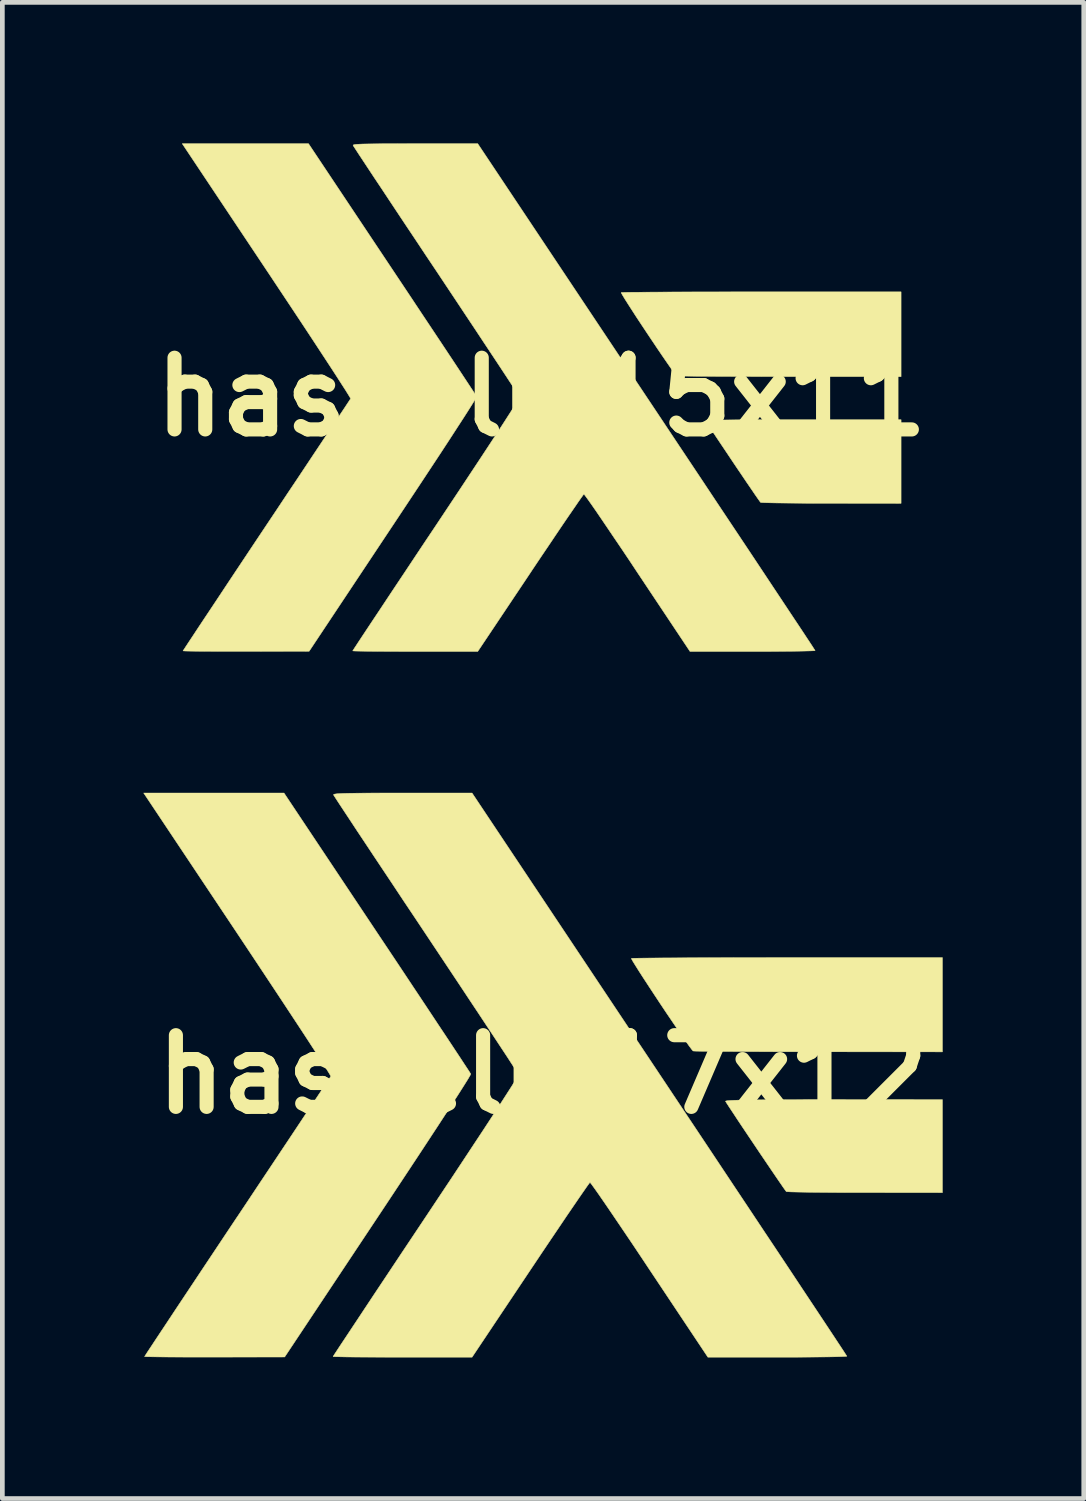
<source format=kicad_pcb>
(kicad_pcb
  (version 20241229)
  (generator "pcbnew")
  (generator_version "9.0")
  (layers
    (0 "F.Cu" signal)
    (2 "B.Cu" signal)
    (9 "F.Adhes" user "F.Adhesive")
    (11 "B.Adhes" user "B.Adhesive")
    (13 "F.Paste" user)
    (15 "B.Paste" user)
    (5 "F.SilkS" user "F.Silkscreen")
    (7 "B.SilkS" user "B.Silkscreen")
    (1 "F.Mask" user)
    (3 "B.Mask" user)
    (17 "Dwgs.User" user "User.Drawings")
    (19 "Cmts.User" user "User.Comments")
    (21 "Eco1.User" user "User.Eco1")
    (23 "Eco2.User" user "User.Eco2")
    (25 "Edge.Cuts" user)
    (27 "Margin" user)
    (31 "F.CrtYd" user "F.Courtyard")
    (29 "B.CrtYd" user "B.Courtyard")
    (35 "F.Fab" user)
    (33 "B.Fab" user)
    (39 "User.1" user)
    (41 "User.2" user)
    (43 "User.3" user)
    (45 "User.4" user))
  (footprint "haskell_17x12"
    (layer "F.Cu")
    (at 8.491 19.793)
    (property "Reference" "haskell_17x12" (at 0 0 0) (layer "F.SilkS") (effects (font (size 1.524 1.524) (thickness 0.3))))
    (attr through_hole)
    (fp_poly (pts (xy 8.495 2.512) (xy 6.851 2.511) (xy 6.551 2.511) (xy 6.268 2.51) (xy 6.006 2.508) (xy 5.771 2.506) (xy 5.568 2.503) (xy 5.402 2.5) (xy 5.278 2.497) (xy 5.201 2.493) (xy 5.176 2.49) (xy 5.156 2.464) (xy 5.109 2.398) (xy 5.039 2.296) (xy 4.95 2.166) (xy 4.846 2.013) (xy 4.731 1.843) (xy 4.609 1.663) (xy 4.485 1.478) (xy 4.362 1.295) (xy 4.244 1.119) (xy 4.136 0.957) (xy 4.042 0.814) (xy 3.965 0.698) (xy 3.91 0.613) (xy 3.884 0.572) (xy 3.89 0.565) (xy 3.919 0.559) (xy 3.974 0.554) (xy 4.058 0.55) (xy 4.174 0.546) (xy 4.324 0.543) (xy 4.513 0.541) (xy 4.742 0.539) (xy 5.016 0.538) (xy 5.337 0.537) (xy 5.707 0.536) (xy 6.131 0.536) (xy 6.179 0.536) (xy 8.495 0.536) (xy 8.495 2.512)) (stroke (width 0.01) (type solid)) (fill yes) (layer "F.SilkS"))
    (fp_poly (pts (xy 8.495 -0.48) (xy 5.863 -0.482) (xy 5.482 -0.482) (xy 5.117 -0.483) (xy 4.771 -0.484) (xy 4.449 -0.486) (xy 4.155 -0.487) (xy 3.893 -0.489) (xy 3.666 -0.49) (xy 3.479 -0.492) (xy 3.336 -0.494) (xy 3.241 -0.496) (xy 3.197 -0.499) (xy 3.194 -0.499) (xy 3.171 -0.525) (xy 3.12 -0.592) (xy 3.048 -0.693) (xy 2.957 -0.824) (xy 2.852 -0.977) (xy 2.737 -1.147) (xy 2.615 -1.327) (xy 2.491 -1.513) (xy 2.369 -1.698) (xy 2.252 -1.876) (xy 2.144 -2.041) (xy 2.05 -2.187) (xy 1.973 -2.309) (xy 1.917 -2.4) (xy 1.887 -2.454) (xy 1.883 -2.467) (xy 1.913 -2.469) (xy 1.996 -2.471) (xy 2.128 -2.473) (xy 2.306 -2.475) (xy 2.527 -2.477) (xy 2.786 -2.478) (xy 3.081 -2.48) (xy 3.407 -2.481) (xy 3.762 -2.482) (xy 4.141 -2.483) (xy 4.542 -2.483) (xy 4.96 -2.484) (xy 5.198 -2.484) (xy 8.495 -2.484) (xy 8.495 -0.48)) (stroke (width 0.01) (type solid)) (fill yes) (layer "F.SilkS"))
    (fp_poly (pts (xy -3.526 -3.017) (xy -3.279 -2.647) (xy -3.041 -2.29) (xy -2.814 -1.948) (xy -2.599 -1.625) (xy -2.398 -1.322) (xy -2.214 -1.044) (xy -2.047 -0.793) (xy -1.901 -0.572) (xy -1.776 -0.383) (xy -1.675 -0.229) (xy -1.599 -0.114) (xy -1.551 -0.04) (xy -1.533 -0.01) (xy -1.533 -0.01) (xy -1.546 0.019) (xy -1.589 0.093) (xy -1.662 0.21) (xy -1.762 0.368) (xy -1.888 0.565) (xy -2.04 0.799) (xy -2.215 1.068) (xy -2.413 1.37) (xy -2.632 1.703) (xy -2.871 2.065) (xy -3.129 2.455) (xy -3.404 2.87) (xy -3.503 3.019) (xy -5.489 6.007) (xy -6.978 6.009) (xy -7.262 6.009) (xy -7.528 6.009) (xy -7.771 6.008) (xy -7.986 6.007) (xy -8.168 6.005) (xy -8.311 6.003) (xy -8.411 6.001) (xy -8.461 5.998) (xy -8.467 5.997) (xy -8.451 5.972) (xy -8.407 5.903) (xy -8.334 5.793) (xy -8.236 5.644) (xy -8.114 5.46) (xy -7.97 5.243) (xy -7.806 4.995) (xy -7.624 4.721) (xy -7.425 4.422) (xy -7.212 4.101) (xy -6.986 3.762) (xy -6.75 3.407) (xy -6.504 3.038) (xy -6.496 3.027) (xy -6.25 2.658) (xy -6.013 2.301) (xy -5.786 1.961) (xy -5.571 1.638) (xy -5.371 1.338) (xy -5.187 1.061) (xy -5.021 0.811) (xy -4.874 0.592) (xy -4.75 0.405) (xy -4.649 0.253) (xy -4.574 0.14) (xy -4.526 0.068) (xy -4.508 0.04) (xy -4.508 0.04) (xy -4.521 0.013) (xy -4.564 -0.058) (xy -4.634 -0.17) (xy -4.731 -0.32) (xy -4.851 -0.507) (xy -4.993 -0.726) (xy -5.156 -0.975) (xy -5.338 -1.251) (xy -5.536 -1.552) (xy -5.749 -1.874) (xy -5.975 -2.215) (xy -6.212 -2.572) (xy -6.458 -2.942) (xy -6.488 -2.987) (xy -8.486 -5.983) (xy -5.503 -5.983) (xy -3.526 -3.017)) (stroke (width 0.01) (type solid)) (fill yes) (layer "F.SilkS"))
    (fp_poly (pts (xy 2.479 -0.007) (xy 2.83 0.52) (xy 3.173 1.034) (xy 3.506 1.534) (xy 3.828 2.018) (xy 4.138 2.484) (xy 4.435 2.93) (xy 4.716 3.353) (xy 4.982 3.752) (xy 5.23 4.125) (xy 5.459 4.471) (xy 5.668 4.786) (xy 5.856 5.069) (xy 6.021 5.318) (xy 6.162 5.531) (xy 6.277 5.705) (xy 6.366 5.84) (xy 6.427 5.934) (xy 6.459 5.983) (xy 6.463 5.99) (xy 6.436 5.994) (xy 6.357 5.998) (xy 6.232 6.002) (xy 6.067 6.005) (xy 5.866 6.007) (xy 5.635 6.009) (xy 5.379 6.011) (xy 5.102 6.011) (xy 4.986 6.011) (xy 3.509 6.011) (xy 2.269 4.15) (xy 2.075 3.858) (xy 1.89 3.581) (xy 1.715 3.322) (xy 1.554 3.084) (xy 1.409 2.87) (xy 1.282 2.685) (xy 1.176 2.531) (xy 1.092 2.413) (xy 1.035 2.334) (xy 1.005 2.297) (xy 1.002 2.295) (xy 0.982 2.319) (xy 0.934 2.386) (xy 0.859 2.494) (xy 0.76 2.637) (xy 0.639 2.814) (xy 0.499 3.019) (xy 0.343 3.251) (xy 0.172 3.504) (xy -0.011 3.776) (xy -0.203 4.063) (xy -0.266 4.157) (xy -1.505 6.011) (xy -2.982 6.011) (xy -3.265 6.011) (xy -3.53 6.01) (xy -3.772 6.009) (xy -3.986 6.008) (xy -4.166 6.006) (xy -4.308 6.003) (xy -4.406 6.001) (xy -4.455 5.998) (xy -4.459 5.997) (xy -4.444 5.972) (xy -4.399 5.903) (xy -4.327 5.793) (xy -4.228 5.644) (xy -4.106 5.46) (xy -3.962 5.243) (xy -3.798 4.995) (xy -3.616 4.72) (xy -3.417 4.421) (xy -3.204 4.101) (xy -2.978 3.761) (xy -2.741 3.406) (xy -2.495 3.037) (xy -2.481 3.016) (xy -2.197 2.589) (xy -1.93 2.188) (xy -1.683 1.814) (xy -1.456 1.47) (xy -1.25 1.158) (xy -1.067 0.878) (xy -0.908 0.634) (xy -0.775 0.427) (xy -0.667 0.259) (xy -0.588 0.131) (xy -0.537 0.046) (xy -0.516 0.006) (xy -0.515 0.003) (xy -0.532 -0.026) (xy -0.579 -0.099) (xy -0.653 -0.213) (xy -0.752 -0.366) (xy -0.876 -0.554) (xy -1.021 -0.774) (xy -1.186 -1.024) (xy -1.369 -1.301) (xy -1.569 -1.602) (xy -1.783 -1.925) (xy -2.009 -2.265) (xy -2.246 -2.621) (xy -2.481 -2.974) (xy -2.726 -3.342) (xy -2.963 -3.696) (xy -3.188 -4.036) (xy -3.402 -4.357) (xy -3.601 -4.656) (xy -3.784 -4.932) (xy -3.949 -5.18) (xy -4.093 -5.399) (xy -4.216 -5.585) (xy -4.315 -5.735) (xy -4.388 -5.847) (xy -4.434 -5.918) (xy -4.45 -5.944) (xy -4.447 -5.953) (xy -4.426 -5.96) (xy -4.385 -5.966) (xy -4.318 -5.971) (xy -4.222 -5.975) (xy -4.092 -5.978) (xy -3.924 -5.98) (xy -3.714 -5.982) (xy -3.458 -5.983) (xy -3.152 -5.983) (xy -2.985 -5.983) (xy -1.505 -5.983) (xy 2.479 -0.007)) (stroke (width 0.01) (type solid)) (fill yes) (layer "F.SilkS")))
  (footprint "haskell_15x11"
    (layer "F.Cu")
    (at 8.462 5.39)
    (property "Reference" "haskell_15x11" (at 0 0 0) (layer "F.SilkS") (effects (font (size 1.524 1.524) (thickness 0.3))))
    (attr through_hole)
    (fp_poly (pts (xy 7.645 2.261) (xy 6.166 2.26) (xy 5.896 2.26) (xy 5.641 2.259) (xy 5.405 2.257) (xy 5.194 2.255) (xy 5.011 2.253) (xy 4.862 2.25) (xy 4.75 2.247) (xy 4.681 2.244) (xy 4.658 2.241) (xy 4.641 2.218) (xy 4.598 2.158) (xy 4.535 2.067) (xy 4.455 1.949) (xy 4.361 1.812) (xy 4.258 1.659) (xy 4.148 1.497) (xy 4.036 1.33) (xy 3.926 1.165) (xy 3.82 1.007) (xy 3.722 0.861) (xy 3.637 0.733) (xy 3.568 0.628) (xy 3.519 0.551) (xy 3.496 0.514) (xy 3.501 0.508) (xy 3.528 0.503) (xy 3.577 0.499) (xy 3.652 0.495) (xy 3.756 0.492) (xy 3.892 0.489) (xy 4.062 0.487) (xy 4.268 0.485) (xy 4.514 0.484) (xy 4.803 0.483) (xy 5.136 0.483) (xy 5.518 0.483) (xy 5.561 0.483) (xy 7.645 0.483) (xy 7.645 2.261)) (stroke (width 0.01) (type solid)) (fill yes) (layer "F.SilkS"))
    (fp_poly (pts (xy 7.645 -0.432) (xy 5.277 -0.434) (xy 4.934 -0.434) (xy 4.605 -0.435) (xy 4.294 -0.436) (xy 4.005 -0.437) (xy 3.74 -0.438) (xy 3.504 -0.44) (xy 3.3 -0.441) (xy 3.132 -0.443) (xy 3.003 -0.445) (xy 2.917 -0.447) (xy 2.877 -0.449) (xy 2.875 -0.449) (xy 2.853 -0.473) (xy 2.808 -0.533) (xy 2.743 -0.624) (xy 2.662 -0.741) (xy 2.567 -0.879) (xy 2.463 -1.032) (xy 2.354 -1.195) (xy 2.242 -1.362) (xy 2.132 -1.528) (xy 2.026 -1.688) (xy 1.93 -1.837) (xy 1.845 -1.969) (xy 1.776 -2.078) (xy 1.726 -2.16) (xy 1.699 -2.208) (xy 1.695 -2.22) (xy 1.722 -2.222) (xy 1.796 -2.224) (xy 1.915 -2.226) (xy 2.076 -2.227) (xy 2.274 -2.229) (xy 2.507 -2.23) (xy 2.773 -2.232) (xy 3.066 -2.233) (xy 3.386 -2.234) (xy 3.727 -2.234) (xy 4.088 -2.235) (xy 4.464 -2.235) (xy 4.678 -2.235) (xy 7.645 -2.235) (xy 7.645 -0.432)) (stroke (width 0.01) (type solid)) (fill yes) (layer "F.SilkS"))
    (fp_poly (pts (xy -3.173 -2.715) (xy -2.951 -2.382) (xy -2.737 -2.061) (xy -2.533 -1.753) (xy -2.339 -1.462) (xy -2.158 -1.19) (xy -1.992 -0.94) (xy -1.842 -0.714) (xy -1.71 -0.514) (xy -1.598 -0.344) (xy -1.507 -0.206) (xy -1.439 -0.103) (xy -1.396 -0.036) (xy -1.379 -0.009) (xy -1.379 -0.009) (xy -1.391 0.017) (xy -1.43 0.084) (xy -1.495 0.189) (xy -1.585 0.331) (xy -1.699 0.508) (xy -1.836 0.719) (xy -1.993 0.961) (xy -2.171 1.233) (xy -2.369 1.533) (xy -2.584 1.859) (xy -2.816 2.209) (xy -3.064 2.583) (xy -3.153 2.717) (xy -4.94 5.406) (xy -6.28 5.408) (xy -6.536 5.408) (xy -6.775 5.408) (xy -6.994 5.407) (xy -7.188 5.406) (xy -7.351 5.405) (xy -7.48 5.403) (xy -7.57 5.401) (xy -7.615 5.398) (xy -7.62 5.397) (xy -7.606 5.375) (xy -7.566 5.313) (xy -7.501 5.214) (xy -7.412 5.08) (xy -7.303 4.914) (xy -7.173 4.718) (xy -7.025 4.496) (xy -6.861 4.249) (xy -6.683 3.98) (xy -6.491 3.691) (xy -6.288 3.386) (xy -6.075 3.066) (xy -5.854 2.735) (xy -5.847 2.724) (xy -5.625 2.392) (xy -5.412 2.071) (xy -5.207 1.765) (xy -5.014 1.475) (xy -4.834 1.204) (xy -4.668 0.955) (xy -4.519 0.73) (xy -4.387 0.533) (xy -4.275 0.364) (xy -4.184 0.228) (xy -4.117 0.126) (xy -4.074 0.061) (xy -4.057 0.036) (xy -4.057 0.036) (xy -4.069 0.012) (xy -4.108 -0.052) (xy -4.171 -0.153) (xy -4.258 -0.288) (xy -4.366 -0.456) (xy -4.494 -0.653) (xy -4.641 -0.877) (xy -4.804 -1.126) (xy -4.982 -1.397) (xy -5.174 -1.687) (xy -5.377 -1.993) (xy -5.591 -2.315) (xy -5.812 -2.648) (xy -5.839 -2.688) (xy -7.637 -5.385) (xy -4.953 -5.385) (xy -3.173 -2.715)) (stroke (width 0.01) (type solid)) (fill yes) (layer "F.SilkS"))
    (fp_poly (pts (xy 2.231 -0.006) (xy 2.547 0.468) (xy 2.855 0.931) (xy 3.155 1.381) (xy 3.445 1.816) (xy 3.724 2.236) (xy 3.991 2.637) (xy 4.245 3.018) (xy 4.484 3.377) (xy 4.707 3.713) (xy 4.913 4.024) (xy 5.101 4.307) (xy 5.27 4.562) (xy 5.419 4.786) (xy 5.546 4.977) (xy 5.65 5.135) (xy 5.73 5.256) (xy 5.784 5.34) (xy 5.813 5.384) (xy 5.817 5.391) (xy 5.792 5.395) (xy 5.721 5.398) (xy 5.609 5.401) (xy 5.46 5.404) (xy 5.28 5.406) (xy 5.071 5.408) (xy 4.841 5.41) (xy 4.592 5.41) (xy 4.487 5.41) (xy 3.158 5.41) (xy 2.042 3.735) (xy 1.868 3.472) (xy 1.701 3.223) (xy 1.543 2.99) (xy 1.398 2.775) (xy 1.268 2.583) (xy 1.154 2.416) (xy 1.058 2.278) (xy 0.983 2.172) (xy 0.931 2.101) (xy 0.905 2.067) (xy 0.902 2.065) (xy 0.884 2.087) (xy 0.84 2.148) (xy 0.773 2.244) (xy 0.684 2.374) (xy 0.575 2.532) (xy 0.449 2.717) (xy 0.308 2.926) (xy 0.155 3.154) (xy -0.01 3.398) (xy -0.183 3.656) (xy -0.239 3.741) (xy -1.355 5.41) (xy -2.684 5.41) (xy -2.938 5.41) (xy -3.177 5.409) (xy -3.395 5.408) (xy -3.587 5.407) (xy -3.75 5.405) (xy -3.877 5.403) (xy -3.965 5.401) (xy -4.009 5.398) (xy -4.013 5.397) (xy -3.999 5.375) (xy -3.959 5.313) (xy -3.894 5.214) (xy -3.806 5.08) (xy -3.696 4.914) (xy -3.566 4.718) (xy -3.418 4.496) (xy -3.254 4.248) (xy -3.075 3.979) (xy -2.883 3.691) (xy -2.68 3.385) (xy -2.467 3.065) (xy -2.245 2.733) (xy -2.233 2.715) (xy -1.977 2.33) (xy -1.737 1.969) (xy -1.515 1.633) (xy -1.31 1.323) (xy -1.125 1.042) (xy -0.96 0.79) (xy -0.817 0.571) (xy -0.697 0.384) (xy -0.6 0.233) (xy -0.529 0.118) (xy -0.483 0.041) (xy -0.464 0.005) (xy -0.464 0.003) (xy -0.479 -0.023) (xy -0.521 -0.089) (xy -0.587 -0.192) (xy -0.677 -0.329) (xy -0.788 -0.498) (xy -0.919 -0.697) (xy -1.068 -0.922) (xy -1.233 -1.171) (xy -1.412 -1.442) (xy -1.605 -1.732) (xy -1.808 -2.038) (xy -2.021 -2.358) (xy -2.233 -2.677) (xy -2.454 -3.007) (xy -2.666 -3.327) (xy -2.87 -3.632) (xy -3.062 -3.921) (xy -3.241 -4.191) (xy -3.405 -4.439) (xy -3.554 -4.662) (xy -3.684 -4.859) (xy -3.794 -5.026) (xy -3.884 -5.162) (xy -3.949 -5.262) (xy -3.991 -5.326) (xy -4.005 -5.349) (xy -4.002 -5.357) (xy -3.984 -5.364) (xy -3.946 -5.37) (xy -3.886 -5.374) (xy -3.799 -5.378) (xy -3.682 -5.38) (xy -3.531 -5.382) (xy -3.343 -5.384) (xy -3.113 -5.384) (xy -2.837 -5.385) (xy -2.687 -5.385) (xy -1.355 -5.385) (xy 2.231 -0.006)) (stroke (width 0.01) (type solid)) (fill yes) (layer "F.SilkS")))
  (gr_rect
    (start -3 -3)
    (end 19.991 28.809)
    (stroke (width 0.1) (type default))
    (fill no)
    (layer "Edge.Cuts")))
</source>
